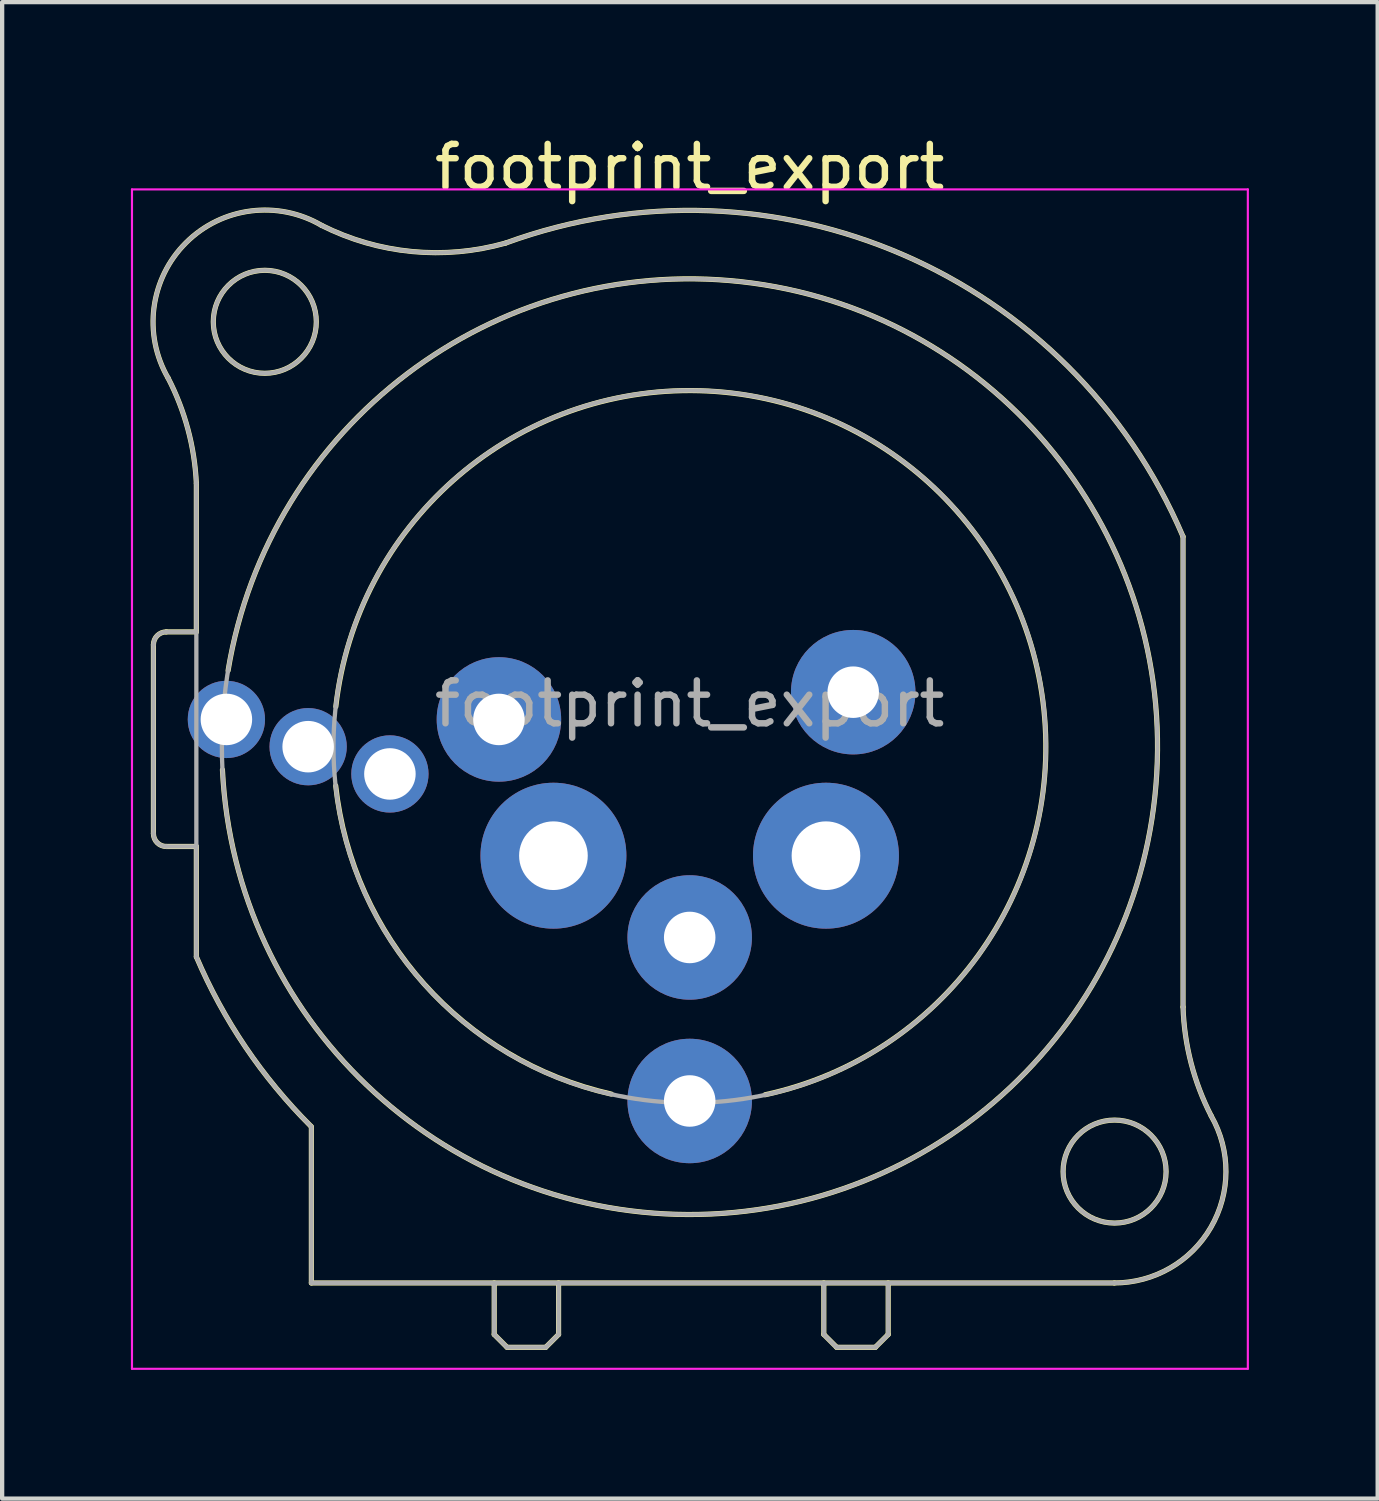
<source format=kicad_pcb>
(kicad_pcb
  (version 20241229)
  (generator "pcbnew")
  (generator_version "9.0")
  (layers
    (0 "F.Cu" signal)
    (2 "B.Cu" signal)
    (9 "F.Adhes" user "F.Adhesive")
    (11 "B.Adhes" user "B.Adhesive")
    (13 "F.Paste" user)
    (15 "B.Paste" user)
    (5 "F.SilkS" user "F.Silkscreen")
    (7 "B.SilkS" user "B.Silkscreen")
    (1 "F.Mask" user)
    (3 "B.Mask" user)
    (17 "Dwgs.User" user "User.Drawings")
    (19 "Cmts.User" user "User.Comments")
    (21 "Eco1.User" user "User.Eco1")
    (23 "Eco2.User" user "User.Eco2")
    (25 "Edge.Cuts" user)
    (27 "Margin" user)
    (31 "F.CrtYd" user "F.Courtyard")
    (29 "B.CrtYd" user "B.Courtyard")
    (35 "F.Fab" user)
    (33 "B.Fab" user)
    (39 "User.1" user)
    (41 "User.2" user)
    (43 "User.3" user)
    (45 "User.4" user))
  (footprint "footprint_export"
    (layer "F.Cu")
    (at 8.575 13.713)
    (property "Reference" "footprint_export" (at 4.445 -12.865 0) (layer "F.SilkS") (effects (font (size 1 1) (thickness 0.15))))
    (attr through_hole)
    (fp_line (start -8.05 -1.74) (end -8.05 2.66) (stroke (width 0.12) (type solid)) (layer "F.SilkS"))
    (fp_line (start -7.75 2.96) (end -7.05 2.96) (stroke (width 0.12) (type solid)) (layer "F.SilkS"))
    (fp_line (start -7.05 -5.5) (end -7.05 -2.04) (stroke (width 0.12) (type solid)) (layer "F.SilkS"))
    (fp_line (start -7.05 -2.04) (end -7.75 -2.04) (stroke (width 0.12) (type solid)) (layer "F.SilkS"))
    (fp_line (start -7.05 2.96) (end -7.05 5.53) (stroke (width 0.12) (type solid)) (layer "F.SilkS"))
    (fp_line (start -4.37 13.13) (end -4.37 9.49) (stroke (width 0.12) (type solid)) (layer "F.SilkS"))
    (fp_line (start -0.11 13.13) (end -0.11 14.33) (stroke (width 0.12) (type solid)) (layer "F.SilkS"))
    (fp_line (start -0.11 14.33) (end 0.19 14.63) (stroke (width 0.12) (type solid)) (layer "F.SilkS"))
    (fp_line (start 0.19 14.63) (end 1.09 14.63) (stroke (width 0.12) (type solid)) (layer "F.SilkS"))
    (fp_line (start 1.39 13.13) (end 1.39 14.33) (stroke (width 0.12) (type solid)) (layer "F.SilkS"))
    (fp_line (start 1.39 14.33) (end 1.09 14.63) (stroke (width 0.12) (type solid)) (layer "F.SilkS"))
    (fp_line (start 7.57 13.13) (end 7.57 14.33) (stroke (width 0.12) (type solid)) (layer "F.SilkS"))
    (fp_line (start 7.57 14.33) (end 7.87 14.63) (stroke (width 0.12) (type solid)) (layer "F.SilkS"))
    (fp_line (start 8.77 14.63) (end 7.87 14.63) (stroke (width 0.12) (type solid)) (layer "F.SilkS"))
    (fp_line (start 9.07 13.13) (end 9.07 14.33) (stroke (width 0.12) (type solid)) (layer "F.SilkS"))
    (fp_line (start 9.07 14.33) (end 8.77 14.63) (stroke (width 0.12) (type solid)) (layer "F.SilkS"))
    (fp_line (start 14.34 13.13) (end -4.37 13.13) (stroke (width 0.12) (type solid)) (layer "F.SilkS"))
    (fp_line (start 15.94 6.7) (end 15.94 -4.26) (stroke (width 0.12) (type solid)) (layer "F.SilkS"))
    (fp_arc (start -8.05 -1.74) (mid -7.962132 -1.952132) (end -7.75 -2.04) (stroke (width 0.12) (type solid)) (layer "F.SilkS"))
    (fp_arc (start -7.75 2.96) (mid -7.962132 2.872132) (end -8.05 2.66) (stroke (width 0.12) (type solid)) (layer "F.SilkS"))
    (fp_arc (start -7.706823 -7.951699) (mid -7.289779 -11.109355) (end -4.13 -11.51) (stroke (width 0.12) (type solid)) (layer "F.SilkS"))
    (fp_arc (start -7.706604 -7.951457) (mid -7.246227 -6.761104) (end -7.05 -5.5) (stroke (width 0.12) (type solid)) (layer "F.SilkS"))
    (fp_arc (start -6.31 -1.14) (mid 15.327723 1.25708) (end -6.442209 1.172885) (stroke (width 0.12) (type solid)) (layer "F.SilkS"))
    (fp_arc (start -4.379279 9.479668) (mid -5.904794 7.633415) (end -7.05 5.53) (stroke (width 0.12) (type solid)) (layer "F.SilkS"))
    (fp_arc (start -3.8 -0.3) (mid 10.010227 -5.519876) (end 6.202812 8.744522) (stroke (width 0.12) (type solid)) (layer "F.SilkS"))
    (fp_arc (start 0.152098 -11.098604) (mid -2.027539 -10.902648) (end -4.13 -11.51) (stroke (width 0.12) (type solid)) (layer "F.SilkS"))
    (fp_arc (start 0.15831 -11.100431) (mid 9.413683 -10.828344) (end 15.94 -4.26) (stroke (width 0.12) (type solid)) (layer "F.SilkS"))
    (fp_arc (start 2.62 8.73) (mid -1.741551 6.165482) (end -3.803135 1.544903) (stroke (width 0.12) (type solid)) (layer "F.SilkS"))
    (fp_arc (start 16.598442 9.241807) (mid 16.588255 11.83589) (end 14.34 13.13) (stroke (width 0.12) (type solid)) (layer "F.SilkS"))
    (fp_arc (start 16.598586 9.242376) (mid 16.12783 8.007833) (end 15.94 6.7) (stroke (width 0.12) (type solid)) (layer "F.SilkS"))
    (fp_circle (center -5.455 -9.265) (end -4.255 -9.265) (stroke (width 0.12) (type solid)) (fill no) (layer "F.SilkS"))
    (fp_circle (center 14.345 10.535) (end 15.545 10.535) (stroke (width 0.12) (type solid)) (fill no) (layer "F.SilkS"))
    (fp_line (start -8.55 -12.35) (end 17.45 -12.35) (stroke (width 0.05) (type solid)) (layer "F.CrtYd"))
    (fp_line (start -8.55 15.13) (end -8.55 -12.35) (stroke (width 0.05) (type solid)) (layer "F.CrtYd"))
    (fp_line (start 17.45 -12.35) (end 17.45 15.13) (stroke (width 0.05) (type solid)) (layer "F.CrtYd"))
    (fp_line (start 17.45 15.13) (end -8.55 15.13) (stroke (width 0.05) (type solid)) (layer "F.CrtYd"))
    (fp_line (start -8.05 -1.74) (end -8.05 2.66) (stroke (width 0.1) (type solid)) (layer "F.Fab"))
    (fp_line (start -7.75 2.96) (end -7.05 2.96) (stroke (width 0.1) (type solid)) (layer "F.Fab"))
    (fp_line (start -7.05 -5.5) (end -7.05 5.53) (stroke (width 0.1) (type solid)) (layer "F.Fab"))
    (fp_line (start -7.05 -2.04) (end -7.75 -2.04) (stroke (width 0.1) (type solid)) (layer "F.Fab"))
    (fp_line (start -4.37 13.13) (end -4.37 9.49) (stroke (width 0.1) (type solid)) (layer "F.Fab"))
    (fp_line (start -0.11 13.13) (end -0.11 14.33) (stroke (width 0.1) (type solid)) (layer "F.Fab"))
    (fp_line (start -0.11 14.33) (end 0.19 14.63) (stroke (width 0.1) (type solid)) (layer "F.Fab"))
    (fp_line (start 0.19 14.63) (end 1.09 14.63) (stroke (width 0.1) (type solid)) (layer "F.Fab"))
    (fp_line (start 1.39 13.13) (end 1.39 14.33) (stroke (width 0.1) (type solid)) (layer "F.Fab"))
    (fp_line (start 1.39 14.33) (end 1.09 14.63) (stroke (width 0.1) (type solid)) (layer "F.Fab"))
    (fp_line (start 7.57 13.13) (end 7.57 14.33) (stroke (width 0.1) (type solid)) (layer "F.Fab"))
    (fp_line (start 7.57 14.33) (end 7.87 14.63) (stroke (width 0.1) (type solid)) (layer "F.Fab"))
    (fp_line (start 8.77 14.63) (end 7.87 14.63) (stroke (width 0.1) (type solid)) (layer "F.Fab"))
    (fp_line (start 9.07 13.13) (end 9.07 14.33) (stroke (width 0.1) (type solid)) (layer "F.Fab"))
    (fp_line (start 9.07 14.33) (end 8.77 14.63) (stroke (width 0.1) (type solid)) (layer "F.Fab"))
    (fp_line (start 14.34 13.13) (end -4.37 13.13) (stroke (width 0.1) (type solid)) (layer "F.Fab"))
    (fp_line (start 15.94 6.7) (end 15.94 -4.26) (stroke (width 0.1) (type solid)) (layer "F.Fab"))
    (fp_arc (start -8.05 -1.74) (mid -7.962132 -1.952132) (end -7.75 -2.04) (stroke (width 0.1) (type solid)) (layer "F.Fab"))
    (fp_arc (start -7.75 2.96) (mid -7.962132 2.872132) (end -8.05 2.66) (stroke (width 0.1) (type solid)) (layer "F.Fab"))
    (fp_arc (start -7.706823 -7.951699) (mid -7.289779 -11.109355) (end -4.13 -11.51) (stroke (width 0.1) (type solid)) (layer "F.Fab"))
    (fp_arc (start -7.706604 -7.951457) (mid -7.246227 -6.761104) (end -7.05 -5.5) (stroke (width 0.1) (type solid)) (layer "F.Fab"))
    (fp_arc (start -4.379279 9.479668) (mid -5.904794 7.633415) (end -7.05 5.53) (stroke (width 0.1) (type solid)) (layer "F.Fab"))
    (fp_arc (start 0.152098 -11.098604) (mid -2.027539 -10.902648) (end -4.13 -11.51) (stroke (width 0.1) (type solid)) (layer "F.Fab"))
    (fp_arc (start 0.15831 -11.100431) (mid 9.413683 -10.828344) (end 15.94 -4.26) (stroke (width 0.1) (type solid)) (layer "F.Fab"))
    (fp_arc (start 16.598442 9.241807) (mid 16.588255 11.83589) (end 14.34 13.13) (stroke (width 0.1) (type solid)) (layer "F.Fab"))
    (fp_arc (start 16.598586 9.242376) (mid 16.12783 8.007833) (end 15.94 6.7) (stroke (width 0.1) (type solid)) (layer "F.Fab"))
    (fp_circle (center -5.455 -9.265) (end -4.255 -9.265) (stroke (width 0.1) (type solid)) (fill no) (layer "F.Fab"))
    (fp_circle (center 4.445 0.635) (end 12.745 0.635) (stroke (width 0.1) (type solid)) (fill no) (layer "F.Fab"))
    (fp_circle (center 4.445 0.635) (end 15.345 0.635) (stroke (width 0.1) (type solid)) (fill no) (layer "F.Fab"))
    (fp_circle (center 14.345 10.535) (end 15.545 10.535) (stroke (width 0.1) (type solid)) (fill no) (layer "F.Fab"))
    (fp_text user "${REFERENCE}" (at 4.445 -0.365 0) (layer "F.Fab") (effects (font (size 1 1) (thickness 0.15))))
    (pad "1" thru_hole circle (at 0 0) (size 2.9 2.9) (drill 1.2) (layers "*.Cu" "*.Mask"))
    (pad "2" thru_hole circle (at 1.27 3.175) (size 3.4 3.4) (drill 1.6) (layers "*.Cu" "*.Mask"))
    (pad "3" thru_hole circle (at 4.445 5.08) (size 2.9 2.9) (drill 1.2) (layers "*.Cu" "*.Mask"))
    (pad "4" thru_hole circle (at 7.62 3.175) (size 3.4 3.4) (drill 1.6) (layers "*.Cu" "*.Mask"))
    (pad "5" thru_hole circle (at 8.255 -0.635) (size 2.9 2.9) (drill 1.2) (layers "*.Cu" "*.Mask"))
    (pad "G" thru_hole circle (at 4.445 8.89) (size 2.9 2.9) (drill 1.2) (layers "*.Cu" "*.Mask"))
    (pad "N" thru_hole circle (at -4.445 0.635) (size 1.8 1.8) (drill 1.2) (layers "*.Cu" "*.Mask"))
    (pad "NC" thru_hole circle (at -2.54 1.27) (size 1.8 1.8) (drill 1.2) (layers "*.Cu" "*.Mask"))
    (pad "NO" thru_hole circle (at -6.35 0) (size 1.8 1.8) (drill 1.2) (layers "*.Cu" "*.Mask")))
  (gr_rect
    (start -3 -3)
    (end 29.05 31.868)
    (stroke (width 0.1) (type default))
    (fill no)
    (layer "Edge.Cuts")))
</source>
